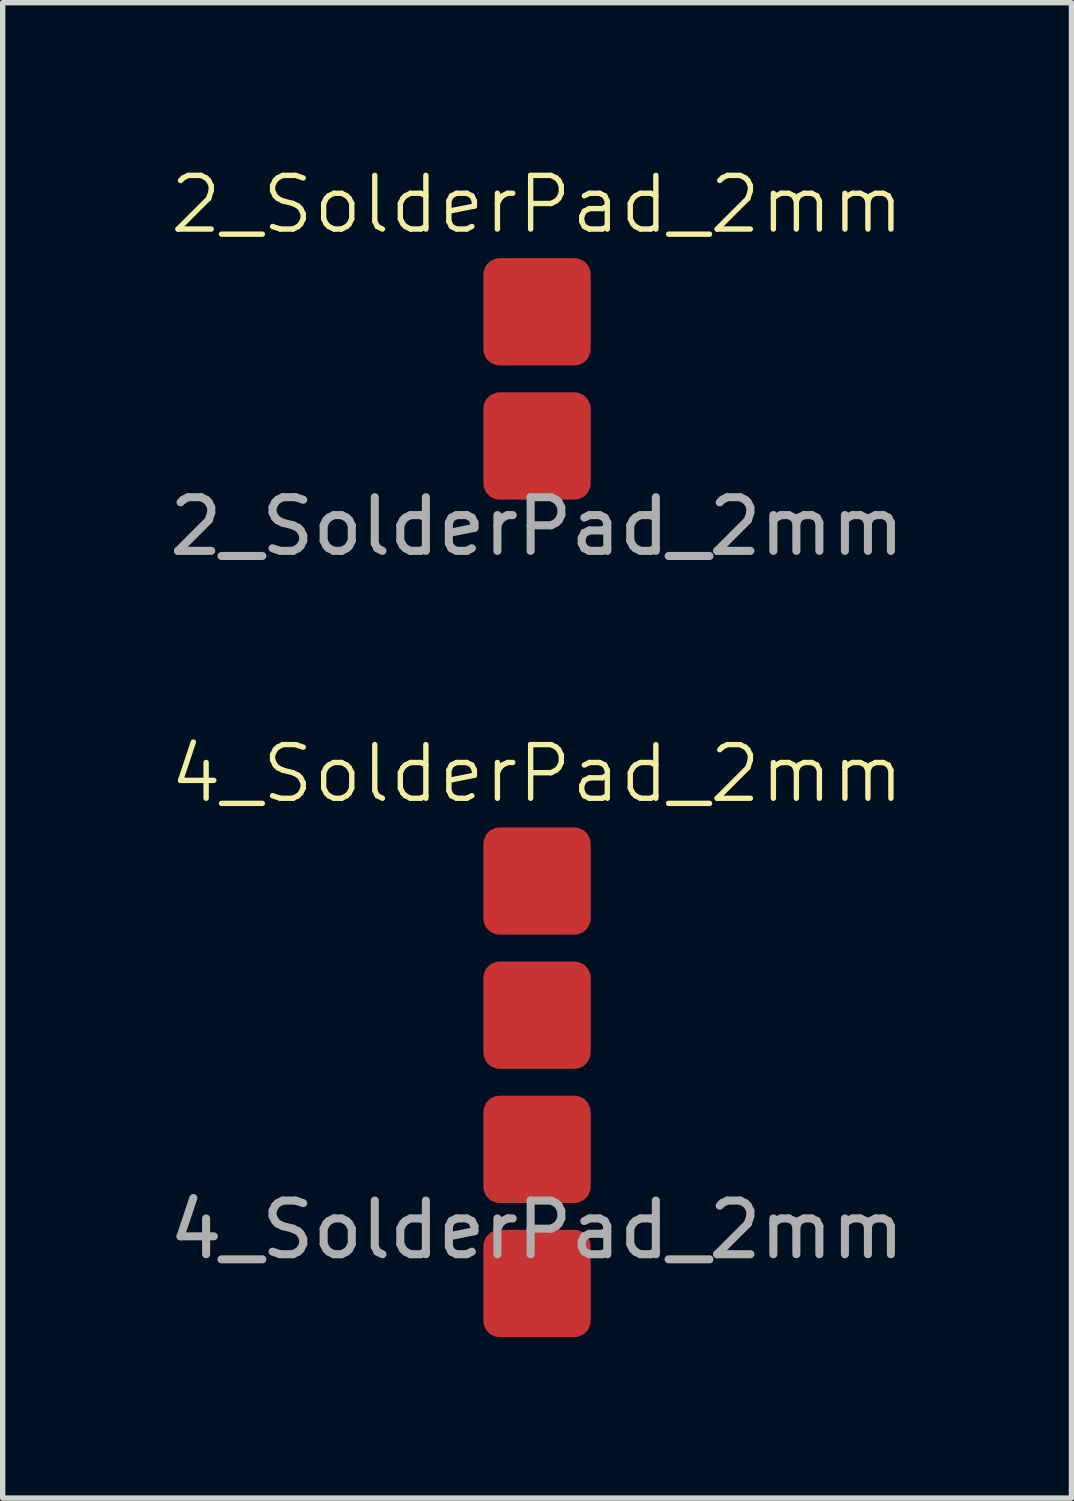
<source format=kicad_pcb>
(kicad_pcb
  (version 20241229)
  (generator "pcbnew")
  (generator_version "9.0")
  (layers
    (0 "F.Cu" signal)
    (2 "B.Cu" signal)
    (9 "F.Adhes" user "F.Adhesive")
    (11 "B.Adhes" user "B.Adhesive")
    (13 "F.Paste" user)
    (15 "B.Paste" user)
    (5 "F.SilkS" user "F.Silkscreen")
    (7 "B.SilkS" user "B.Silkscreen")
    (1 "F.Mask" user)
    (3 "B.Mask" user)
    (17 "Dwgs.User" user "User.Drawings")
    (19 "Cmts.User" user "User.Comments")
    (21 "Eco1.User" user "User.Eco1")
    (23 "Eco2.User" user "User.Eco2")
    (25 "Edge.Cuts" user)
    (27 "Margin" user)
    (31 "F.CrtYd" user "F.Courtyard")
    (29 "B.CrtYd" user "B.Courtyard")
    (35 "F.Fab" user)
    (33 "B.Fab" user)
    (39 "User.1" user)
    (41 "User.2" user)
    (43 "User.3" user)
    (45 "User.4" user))
  (footprint "2_SolderPad_2mm"
    (layer "F.Cu")
    (at 6.958 4.261)
    (property "Reference" "2_SolderPad_2mm" (at 0 -3.5 0) (unlocked yes) (layer "F.SilkS") (effects (font (size 1 1) (thickness 0.1))))
    (attr smd)
    (fp_text user "${REFERENCE}" (at 0 2.5 0) (unlocked yes) (layer "F.Fab") (effects (font (size 1 1) (thickness 0.15))))
    (pad "1" smd roundrect (at 0 1) (size 2 2) (layers "F.Cu" "F.Mask" "F.Paste") (roundrect_rratio 0.15))
    (pad "2" smd roundrect (at 0 -1.5) (size 2 2) (layers "F.Cu" "F.Mask" "F.Paste") (roundrect_rratio 0.15)))
  (footprint "4_SolderPad_2mm"
    (layer "F.Cu")
    (at 6.958 17.369)
    (property "Reference" "4_SolderPad_2mm" (at 0 -6 0) (unlocked yes) (layer "F.SilkS") (effects (font (size 1 1) (thickness 0.1))))
    (attr smd)
    (fp_text user "${REFERENCE}" (at 0 2.5 0) (unlocked yes) (layer "F.Fab") (effects (font (size 1 1) (thickness 0.15))))
    (pad "1" smd roundrect (at 0 3.5) (size 2 2) (layers "F.Cu" "F.Mask" "F.Paste") (roundrect_rratio 0.15))
    (pad "2" smd roundrect (at 0 1) (size 2 2) (layers "F.Cu" "F.Mask" "F.Paste") (roundrect_rratio 0.15))
    (pad "3" smd roundrect (at 0 -1.5) (size 2 2) (layers "F.Cu" "F.Mask" "F.Paste") (roundrect_rratio 0.15))
    (pad "4" smd roundrect (at 0 -4) (size 2 2) (layers "F.Cu" "F.Mask" "F.Paste") (roundrect_rratio 0.15)))
  (gr_rect
    (start -3 -3)
    (end 16.917 24.869)
    (stroke (width 0.1) (type default))
    (fill no)
    (layer "Edge.Cuts")))
</source>
